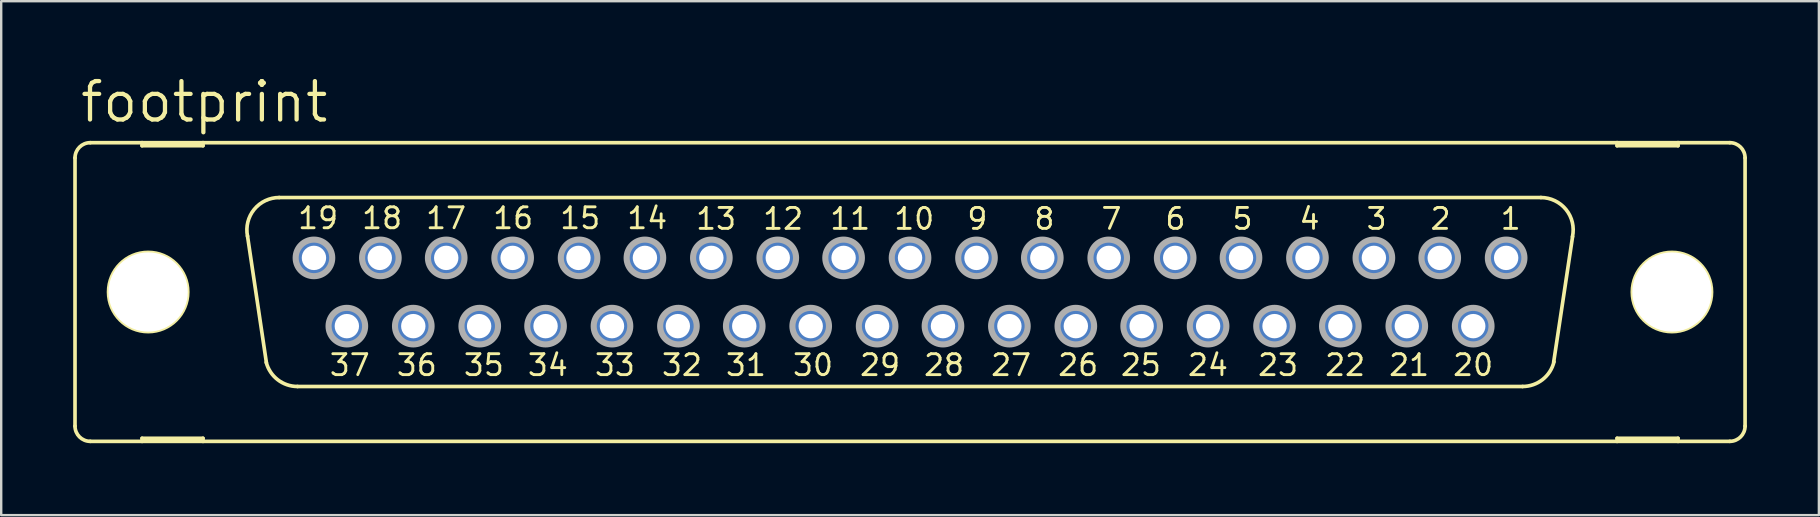
<source format=kicad_pcb>
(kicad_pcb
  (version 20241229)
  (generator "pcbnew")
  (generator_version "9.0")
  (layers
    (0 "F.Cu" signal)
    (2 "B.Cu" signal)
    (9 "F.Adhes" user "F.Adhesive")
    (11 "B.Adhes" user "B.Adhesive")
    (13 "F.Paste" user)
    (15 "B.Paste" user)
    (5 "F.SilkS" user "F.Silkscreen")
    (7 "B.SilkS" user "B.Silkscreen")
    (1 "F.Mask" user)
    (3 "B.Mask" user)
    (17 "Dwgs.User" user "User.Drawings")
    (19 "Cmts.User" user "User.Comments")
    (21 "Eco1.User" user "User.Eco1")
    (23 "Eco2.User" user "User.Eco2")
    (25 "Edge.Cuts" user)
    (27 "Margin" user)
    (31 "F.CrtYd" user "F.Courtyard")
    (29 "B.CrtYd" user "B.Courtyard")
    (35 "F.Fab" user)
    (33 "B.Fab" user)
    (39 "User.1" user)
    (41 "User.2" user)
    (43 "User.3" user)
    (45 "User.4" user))
  (footprint "footprint"
    (layer "F.Cu")
    (at 34.874 9.119)
    (property "Reference" "footprint" (at -34.671 -6.985 0) (layer "F.SilkS") (effects (font (size 1.6 1.6) (thickness 0.178)) (justify left bottom)))
    (fp_line (start -34.798 -5.588) (end -34.798 5.588) (stroke (width 0.152) (type solid)) (layer "F.SilkS"))
    (fp_line (start -34.163 6.223) (end -32.004 6.223) (stroke (width 0.152) (type solid)) (layer "F.SilkS"))
    (fp_line (start -32.004 -6.223) (end -34.163 -6.223) (stroke (width 0.152) (type solid)) (layer "F.SilkS"))
    (fp_line (start -32.004 -6.223) (end -32.004 -6.096) (stroke (width 0.152) (type solid)) (layer "F.SilkS"))
    (fp_line (start -32.004 -6.096) (end -29.464 -6.096) (stroke (width 0.152) (type solid)) (layer "F.SilkS"))
    (fp_line (start -32.004 6.096) (end -29.464 6.096) (stroke (width 0.152) (type solid)) (layer "F.SilkS"))
    (fp_line (start -32.004 6.223) (end -32.004 6.096) (stroke (width 0.152) (type solid)) (layer "F.SilkS"))
    (fp_line (start -32.004 6.223) (end -29.464 6.223) (stroke (width 0.152) (type solid)) (layer "F.SilkS"))
    (fp_line (start -29.464 -6.223) (end -32.004 -6.223) (stroke (width 0.152) (type solid)) (layer "F.SilkS"))
    (fp_line (start -29.464 -6.096) (end -29.464 -6.223) (stroke (width 0.152) (type solid)) (layer "F.SilkS"))
    (fp_line (start -29.464 6.096) (end -29.464 6.223) (stroke (width 0.152) (type solid)) (layer "F.SilkS"))
    (fp_line (start -29.464 6.223) (end 29.464 6.223) (stroke (width 0.152) (type solid)) (layer "F.SilkS"))
    (fp_line (start -26.822 2.946) (end -27.61 -2.337) (stroke (width 0.152) (type solid)) (layer "F.SilkS"))
    (fp_line (start -26.289 -3.937) (end 26.289 -3.937) (stroke (width 0.152) (type solid)) (layer "F.SilkS"))
    (fp_line (start -25.527 3.937) (end 25.527 3.937) (stroke (width 0.152) (type solid)) (layer "F.SilkS"))
    (fp_line (start 27.61 -2.311) (end 26.822 2.921) (stroke (width 0.152) (type solid)) (layer "F.SilkS"))
    (fp_line (start 29.464 -6.223) (end -29.464 -6.223) (stroke (width 0.152) (type solid)) (layer "F.SilkS"))
    (fp_line (start 29.464 -6.223) (end 29.464 -6.096) (stroke (width 0.152) (type solid)) (layer "F.SilkS"))
    (fp_line (start 29.464 -6.096) (end 32.004 -6.096) (stroke (width 0.152) (type solid)) (layer "F.SilkS"))
    (fp_line (start 29.464 6.096) (end 32.004 6.096) (stroke (width 0.152) (type solid)) (layer "F.SilkS"))
    (fp_line (start 29.464 6.223) (end 29.464 6.096) (stroke (width 0.152) (type solid)) (layer "F.SilkS"))
    (fp_line (start 29.464 6.223) (end 32.004 6.223) (stroke (width 0.152) (type solid)) (layer "F.SilkS"))
    (fp_line (start 32.004 -6.223) (end 29.464 -6.223) (stroke (width 0.152) (type solid)) (layer "F.SilkS"))
    (fp_line (start 32.004 -6.096) (end 32.004 -6.223) (stroke (width 0.152) (type solid)) (layer "F.SilkS"))
    (fp_line (start 32.004 6.096) (end 32.004 6.223) (stroke (width 0.152) (type solid)) (layer "F.SilkS"))
    (fp_line (start 32.004 6.223) (end 34.163 6.223) (stroke (width 0.152) (type solid)) (layer "F.SilkS"))
    (fp_line (start 34.163 -6.223) (end 32.004 -6.223) (stroke (width 0.152) (type solid)) (layer "F.SilkS"))
    (fp_line (start 34.798 -5.588) (end 34.798 5.588) (stroke (width 0.152) (type solid)) (layer "F.SilkS"))
    (fp_arc (start -34.798 -5.588) (mid -34.612013 -6.037013) (end -34.163 -6.223) (stroke (width 0.1524) (type solid)) (layer "F.SilkS"))
    (fp_arc (start -34.163 6.223) (mid -34.612013 6.037013) (end -34.798 5.588) (stroke (width 0.1524) (type solid)) (layer "F.SilkS"))
    (fp_arc (start -27.6091 -2.3268) (mid -27.330082 -3.444284) (end -26.289 -3.937) (stroke (width 0.1524) (type solid)) (layer "F.SilkS"))
    (fp_arc (start -25.527 3.937) (mid -26.3505 3.655745) (end -26.8299 2.9295) (stroke (width 0.1524) (type solid)) (layer "F.SilkS"))
    (fp_arc (start 26.289 -3.937) (mid 27.337557 -3.435183) (end 27.604499 -2.303798) (stroke (width 0.1524) (type solid)) (layer "F.SilkS"))
    (fp_arc (start 26.835701 2.904999) (mid 26.360257 3.647874) (end 25.527 3.937) (stroke (width 0.1524) (type solid)) (layer "F.SilkS"))
    (fp_arc (start 34.163 -6.223) (mid 34.612013 -6.037013) (end 34.798 -5.588) (stroke (width 0.1524) (type solid)) (layer "F.SilkS"))
    (fp_arc (start 34.798 5.588) (mid 34.612013 6.037013) (end 34.163 6.223) (stroke (width 0.1524) (type solid)) (layer "F.SilkS"))
    (fp_circle (center -31.75 0) (end -30.099 0) (stroke (width 0.152) (type solid)) (fill no) (layer "F.SilkS"))
    (fp_circle (center 31.75 0) (end 33.401 0) (stroke (width 0.152) (type solid)) (fill no) (layer "F.SilkS"))
    (fp_circle (center -24.841 -1.422) (end -24.079 -1.422) (stroke (width 0.254) (type solid)) (fill no) (layer "F.Fab"))
    (fp_circle (center -23.47 1.422) (end -22.708 1.422) (stroke (width 0.254) (type solid)) (fill no) (layer "F.Fab"))
    (fp_circle (center -22.073 -1.422) (end -21.311 -1.422) (stroke (width 0.254) (type solid)) (fill no) (layer "F.Fab"))
    (fp_circle (center -20.701 1.422) (end -19.939 1.422) (stroke (width 0.254) (type solid)) (fill no) (layer "F.Fab"))
    (fp_circle (center -19.329 -1.422) (end -18.567 -1.422) (stroke (width 0.254) (type solid)) (fill no) (layer "F.Fab"))
    (fp_circle (center -17.932 1.422) (end -17.17 1.422) (stroke (width 0.254) (type solid)) (fill no) (layer "F.Fab"))
    (fp_circle (center -16.561 -1.422) (end -15.799 -1.422) (stroke (width 0.254) (type solid)) (fill no) (layer "F.Fab"))
    (fp_circle (center -15.189 1.422) (end -14.427 1.422) (stroke (width 0.254) (type solid)) (fill no) (layer "F.Fab"))
    (fp_circle (center -13.792 -1.422) (end -13.03 -1.422) (stroke (width 0.254) (type solid)) (fill no) (layer "F.Fab"))
    (fp_circle (center -12.421 1.422) (end -11.659 1.422) (stroke (width 0.254) (type solid)) (fill no) (layer "F.Fab"))
    (fp_circle (center -11.049 -1.422) (end -10.287 -1.422) (stroke (width 0.254) (type solid)) (fill no) (layer "F.Fab"))
    (fp_circle (center -9.652 1.422) (end -8.89 1.422) (stroke (width 0.254) (type solid)) (fill no) (layer "F.Fab"))
    (fp_circle (center -8.28 -1.422) (end -7.518 -1.422) (stroke (width 0.254) (type solid)) (fill no) (layer "F.Fab"))
    (fp_circle (center -6.909 1.422) (end -6.147 1.422) (stroke (width 0.254) (type solid)) (fill no) (layer "F.Fab"))
    (fp_circle (center -5.512 -1.422) (end -4.75 -1.422) (stroke (width 0.254) (type solid)) (fill no) (layer "F.Fab"))
    (fp_circle (center -4.14 1.422) (end -3.378 1.422) (stroke (width 0.254) (type solid)) (fill no) (layer "F.Fab"))
    (fp_circle (center -2.769 -1.422) (end -2.007 -1.422) (stroke (width 0.254) (type solid)) (fill no) (layer "F.Fab"))
    (fp_circle (center -1.372 1.422) (end -0.61 1.422) (stroke (width 0.254) (type solid)) (fill no) (layer "F.Fab"))
    (fp_circle (center 0 -1.422) (end 0.762 -1.422) (stroke (width 0.254) (type solid)) (fill no) (layer "F.Fab"))
    (fp_circle (center 1.372 1.422) (end 2.134 1.422) (stroke (width 0.254) (type solid)) (fill no) (layer "F.Fab"))
    (fp_circle (center 2.769 -1.422) (end 3.531 -1.422) (stroke (width 0.254) (type solid)) (fill no) (layer "F.Fab"))
    (fp_circle (center 4.14 1.422) (end 4.902 1.422) (stroke (width 0.254) (type solid)) (fill no) (layer "F.Fab"))
    (fp_circle (center 5.512 -1.422) (end 6.274 -1.422) (stroke (width 0.254) (type solid)) (fill no) (layer "F.Fab"))
    (fp_circle (center 6.909 1.422) (end 7.671 1.422) (stroke (width 0.254) (type solid)) (fill no) (layer "F.Fab"))
    (fp_circle (center 8.28 -1.422) (end 9.042 -1.422) (stroke (width 0.254) (type solid)) (fill no) (layer "F.Fab"))
    (fp_circle (center 9.652 1.422) (end 10.414 1.422) (stroke (width 0.254) (type solid)) (fill no) (layer "F.Fab"))
    (fp_circle (center 11.049 -1.422) (end 11.811 -1.422) (stroke (width 0.254) (type solid)) (fill no) (layer "F.Fab"))
    (fp_circle (center 12.421 1.422) (end 13.183 1.422) (stroke (width 0.254) (type solid)) (fill no) (layer "F.Fab"))
    (fp_circle (center 13.792 -1.422) (end 14.554 -1.422) (stroke (width 0.254) (type solid)) (fill no) (layer "F.Fab"))
    (fp_circle (center 15.189 1.422) (end 15.951 1.422) (stroke (width 0.254) (type solid)) (fill no) (layer "F.Fab"))
    (fp_circle (center 16.561 -1.422) (end 17.323 -1.422) (stroke (width 0.254) (type solid)) (fill no) (layer "F.Fab"))
    (fp_circle (center 17.932 1.422) (end 18.694 1.422) (stroke (width 0.254) (type solid)) (fill no) (layer "F.Fab"))
    (fp_circle (center 19.329 -1.422) (end 20.091 -1.422) (stroke (width 0.254) (type solid)) (fill no) (layer "F.Fab"))
    (fp_circle (center 20.701 1.422) (end 21.463 1.422) (stroke (width 0.254) (type solid)) (fill no) (layer "F.Fab"))
    (fp_circle (center 22.073 -1.422) (end 22.835 -1.422) (stroke (width 0.254) (type solid)) (fill no) (layer "F.Fab"))
    (fp_circle (center 23.47 1.422) (end 24.232 1.422) (stroke (width 0.254) (type solid)) (fill no) (layer "F.Fab"))
    (fp_circle (center 24.841 -1.422) (end 25.603 -1.422) (stroke (width 0.254) (type solid)) (fill no) (layer "F.Fab"))
    (fp_text user "36" (at -21.463 3.556 0) (layer "F.SilkS") (effects (font (size 0.872 0.872) (thickness 0.119)) (justify left bottom)))
    (fp_text user "12" (at -6.198 -2.54 0) (layer "F.SilkS") (effects (font (size 0.872 0.872) (thickness 0.119)) (justify left bottom)))
    (fp_text user "29" (at -2.159 3.556 0) (layer "F.SilkS") (effects (font (size 0.872 0.872) (thickness 0.119)) (justify left bottom)))
    (fp_text user "20" (at 22.555 3.556 0) (layer "F.SilkS") (effects (font (size 0.872 0.872) (thickness 0.119)) (justify left bottom)))
    (fp_text user "32" (at -10.414 3.556 0) (layer "F.SilkS") (effects (font (size 0.872 0.872) (thickness 0.119)) (justify left bottom)))
    (fp_text user "24" (at 11.506 3.556 0) (layer "F.SilkS") (effects (font (size 0.872 0.872) (thickness 0.119)) (justify left bottom)))
    (fp_text user "15" (at -14.656 -2.565 0) (layer "F.SilkS") (effects (font (size 0.872 0.872) (thickness 0.119)) (justify left bottom)))
    (fp_text user "2" (at 21.615 -2.54 0) (layer "F.SilkS") (effects (font (size 0.872 0.872) (thickness 0.119)) (justify left bottom)))
    (fp_text user "30" (at -4.953 3.556 0) (layer "F.SilkS") (effects (font (size 0.872 0.872) (thickness 0.119)) (justify left bottom)))
    (fp_text user "17" (at -20.244 -2.565 0) (layer "F.SilkS") (effects (font (size 0.872 0.872) (thickness 0.119)) (justify left bottom)))
    (fp_text user "22" (at 17.221 3.556 0) (layer "F.SilkS") (effects (font (size 0.872 0.872) (thickness 0.119)) (justify left bottom)))
    (fp_text user "11" (at -3.404 -2.54 0) (layer "F.SilkS") (effects (font (size 0.872 0.872) (thickness 0.119)) (justify left bottom)))
    (fp_text user "10" (at -0.737 -2.54 0) (layer "F.SilkS") (effects (font (size 0.872 0.872) (thickness 0.119)) (justify left bottom)))
    (fp_text user "21" (at 19.888 3.556 0) (layer "F.SilkS") (effects (font (size 0.872 0.872) (thickness 0.119)) (justify left bottom)))
    (fp_text user "9" (at 2.311 -2.54 0) (layer "F.SilkS") (effects (font (size 0.872 0.872) (thickness 0.119)) (justify left bottom)))
    (fp_text user "18" (at -22.911 -2.565 0) (layer "F.SilkS") (effects (font (size 0.872 0.872) (thickness 0.119)) (justify left bottom)))
    (fp_text user "34" (at -16.002 3.556 0) (layer "F.SilkS") (effects (font (size 0.872 0.872) (thickness 0.119)) (justify left bottom)))
    (fp_text user "19" (at -25.578 -2.565 0) (layer "F.SilkS") (effects (font (size 0.872 0.872) (thickness 0.119)) (justify left bottom)))
    (fp_text user "28" (at 0.508 3.556 0) (layer "F.SilkS") (effects (font (size 0.872 0.872) (thickness 0.119)) (justify left bottom)))
    (fp_text user "27" (at 3.302 3.556 0) (layer "F.SilkS") (effects (font (size 0.872 0.872) (thickness 0.119)) (justify left bottom)))
    (fp_text user "33" (at -13.208 3.556 0) (layer "F.SilkS") (effects (font (size 0.872 0.872) (thickness 0.119)) (justify left bottom)))
    (fp_text user "14" (at -11.862 -2.565 0) (layer "F.SilkS") (effects (font (size 0.872 0.872) (thickness 0.119)) (justify left bottom)))
    (fp_text user "8" (at 5.105 -2.54 0) (layer "F.SilkS") (effects (font (size 0.872 0.872) (thickness 0.119)) (justify left bottom)))
    (fp_text user "3" (at 18.948 -2.54 0) (layer "F.SilkS") (effects (font (size 0.872 0.872) (thickness 0.119)) (justify left bottom)))
    (fp_text user "4" (at 16.154 -2.54 0) (layer "F.SilkS") (effects (font (size 0.872 0.872) (thickness 0.119)) (justify left bottom)))
    (fp_text user "31" (at -7.747 3.556 0) (layer "F.SilkS") (effects (font (size 0.872 0.872) (thickness 0.119)) (justify left bottom)))
    (fp_text user "13" (at -8.992 -2.54 0) (layer "F.SilkS") (effects (font (size 0.872 0.872) (thickness 0.119)) (justify left bottom)))
    (fp_text user "16" (at -17.45 -2.565 0) (layer "F.SilkS") (effects (font (size 0.872 0.872) (thickness 0.119)) (justify left bottom)))
    (fp_text user "26" (at 6.096 3.556 0) (layer "F.SilkS") (effects (font (size 0.872 0.872) (thickness 0.119)) (justify left bottom)))
    (fp_text user "6" (at 10.566 -2.54 0) (layer "F.SilkS") (effects (font (size 0.872 0.872) (thickness 0.119)) (justify left bottom)))
    (fp_text user "5" (at 13.36 -2.54 0) (layer "F.SilkS") (effects (font (size 0.872 0.872) (thickness 0.119)) (justify left bottom)))
    (fp_text user "25" (at 8.712 3.556 0) (layer "F.SilkS") (effects (font (size 0.872 0.872) (thickness 0.119)) (justify left bottom)))
    (fp_text user "23" (at 14.427 3.556 0) (layer "F.SilkS") (effects (font (size 0.872 0.872) (thickness 0.119)) (justify left bottom)))
    (fp_text user "37" (at -24.257 3.556 0) (layer "F.SilkS") (effects (font (size 0.872 0.872) (thickness 0.119)) (justify left bottom)))
    (fp_text user "1" (at 24.536 -2.54 0) (layer "F.SilkS") (effects (font (size 0.872 0.872) (thickness 0.119)) (justify left bottom)))
    (fp_text user "35" (at -18.669 3.556 0) (layer "F.SilkS") (effects (font (size 0.872 0.872) (thickness 0.119)) (justify left bottom)))
    (fp_text user "7" (at 7.899 -2.54 0) (layer "F.SilkS") (effects (font (size 0.872 0.872) (thickness 0.119)) (justify left bottom)))
    (pad "" np_thru_hole circle (at -31.75 0) (size 3.302 3.302) (drill 3.302) (layers "*.Cu" "*.Mask"))
    (pad "" np_thru_hole circle (at 31.75 0) (size 3.302 3.302) (drill 3.302) (layers "*.Cu" "*.Mask"))
    (pad "1" thru_hole roundrect (at 24.841 -1.422) (size 1.524 1.524) (drill 1.016) (layers "*.Cu" "*.Mask") (roundrect_rratio 0.25) (chamfer_ratio 0.25) (chamfer top_left top_right bottom_left bottom_right))
    (pad "2" thru_hole roundrect (at 22.073 -1.422) (size 1.524 1.524) (drill 1.016) (layers "*.Cu" "*.Mask") (roundrect_rratio 0.25) (chamfer_ratio 0.25) (chamfer top_left top_right bottom_left bottom_right))
    (pad "3" thru_hole roundrect (at 19.329 -1.422) (size 1.524 1.524) (drill 1.016) (layers "*.Cu" "*.Mask") (roundrect_rratio 0.25) (chamfer_ratio 0.25) (chamfer top_left top_right bottom_left bottom_right))
    (pad "4" thru_hole roundrect (at 16.561 -1.422) (size 1.524 1.524) (drill 1.016) (layers "*.Cu" "*.Mask") (roundrect_rratio 0.25) (chamfer_ratio 0.25) (chamfer top_left top_right bottom_left bottom_right))
    (pad "5" thru_hole roundrect (at 13.792 -1.422) (size 1.524 1.524) (drill 1.016) (layers "*.Cu" "*.Mask") (roundrect_rratio 0.25) (chamfer_ratio 0.25) (chamfer top_left top_right bottom_left bottom_right))
    (pad "6" thru_hole roundrect (at 11.049 -1.422) (size 1.524 1.524) (drill 1.016) (layers "*.Cu" "*.Mask") (roundrect_rratio 0.25) (chamfer_ratio 0.25) (chamfer top_left top_right bottom_left bottom_right))
    (pad "7" thru_hole roundrect (at 8.28 -1.422) (size 1.524 1.524) (drill 1.016) (layers "*.Cu" "*.Mask") (roundrect_rratio 0.25) (chamfer_ratio 0.25) (chamfer top_left top_right bottom_left bottom_right))
    (pad "8" thru_hole roundrect (at 5.512 -1.422) (size 1.524 1.524) (drill 1.016) (layers "*.Cu" "*.Mask") (roundrect_rratio 0.25) (chamfer_ratio 0.25) (chamfer top_left top_right bottom_left bottom_right))
    (pad "9" thru_hole roundrect (at 2.769 -1.422) (size 1.524 1.524) (drill 1.016) (layers "*.Cu" "*.Mask") (roundrect_rratio 0.25) (chamfer_ratio 0.25) (chamfer top_left top_right bottom_left bottom_right))
    (pad "10" thru_hole roundrect (at 0 -1.422) (size 1.524 1.524) (drill 1.016) (layers "*.Cu" "*.Mask") (roundrect_rratio 0.25) (chamfer_ratio 0.25) (chamfer top_left top_right bottom_left bottom_right))
    (pad "11" thru_hole roundrect (at -2.769 -1.422) (size 1.524 1.524) (drill 1.016) (layers "*.Cu" "*.Mask") (roundrect_rratio 0.25) (chamfer_ratio 0.25) (chamfer top_left top_right bottom_left bottom_right))
    (pad "12" thru_hole roundrect (at -5.512 -1.422) (size 1.524 1.524) (drill 1.016) (layers "*.Cu" "*.Mask") (roundrect_rratio 0.25) (chamfer_ratio 0.25) (chamfer top_left top_right bottom_left bottom_right))
    (pad "13" thru_hole roundrect (at -8.28 -1.422) (size 1.524 1.524) (drill 1.016) (layers "*.Cu" "*.Mask") (roundrect_rratio 0.25) (chamfer_ratio 0.25) (chamfer top_left top_right bottom_left bottom_right))
    (pad "14" thru_hole roundrect (at -11.049 -1.422) (size 1.524 1.524) (drill 1.016) (layers "*.Cu" "*.Mask") (roundrect_rratio 0.25) (chamfer_ratio 0.25) (chamfer top_left top_right bottom_left bottom_right))
    (pad "15" thru_hole roundrect (at -13.818 -1.422) (size 1.524 1.524) (drill 1.016) (layers "*.Cu" "*.Mask") (roundrect_rratio 0.25) (chamfer_ratio 0.25) (chamfer top_left top_right bottom_left bottom_right))
    (pad "16" thru_hole roundrect (at -16.561 -1.422) (size 1.524 1.524) (drill 1.016) (layers "*.Cu" "*.Mask") (roundrect_rratio 0.25) (chamfer_ratio 0.25) (chamfer top_left top_right bottom_left bottom_right))
    (pad "17" thru_hole roundrect (at -19.329 -1.422) (size 1.524 1.524) (drill 1.016) (layers "*.Cu" "*.Mask") (roundrect_rratio 0.25) (chamfer_ratio 0.25) (chamfer top_left top_right bottom_left bottom_right))
    (pad "18" thru_hole roundrect (at -22.098 -1.422) (size 1.524 1.524) (drill 1.016) (layers "*.Cu" "*.Mask") (roundrect_rratio 0.25) (chamfer_ratio 0.25) (chamfer top_left top_right bottom_left bottom_right))
    (pad "19" thru_hole roundrect (at -24.841 -1.422) (size 1.524 1.524) (drill 1.016) (layers "*.Cu" "*.Mask") (roundrect_rratio 0.25) (chamfer_ratio 0.25) (chamfer top_left top_right bottom_left bottom_right))
    (pad "20" thru_hole roundrect (at 23.47 1.422) (size 1.524 1.524) (drill 1.016) (layers "*.Cu" "*.Mask") (roundrect_rratio 0.25) (chamfer_ratio 0.25) (chamfer top_left top_right bottom_left bottom_right))
    (pad "21" thru_hole roundrect (at 20.701 1.422) (size 1.524 1.524) (drill 1.016) (layers "*.Cu" "*.Mask") (roundrect_rratio 0.25) (chamfer_ratio 0.25) (chamfer top_left top_right bottom_left bottom_right))
    (pad "22" thru_hole roundrect (at 17.932 1.422) (size 1.524 1.524) (drill 1.016) (layers "*.Cu" "*.Mask") (roundrect_rratio 0.25) (chamfer_ratio 0.25) (chamfer top_left top_right bottom_left bottom_right))
    (pad "23" thru_hole roundrect (at 15.189 1.422) (size 1.524 1.524) (drill 1.016) (layers "*.Cu" "*.Mask") (roundrect_rratio 0.25) (chamfer_ratio 0.25) (chamfer top_left top_right bottom_left bottom_right))
    (pad "24" thru_hole roundrect (at 12.421 1.422) (size 1.524 1.524) (drill 1.016) (layers "*.Cu" "*.Mask") (roundrect_rratio 0.25) (chamfer_ratio 0.25) (chamfer top_left top_right bottom_left bottom_right))
    (pad "25" thru_hole roundrect (at 9.652 1.422) (size 1.524 1.524) (drill 1.016) (layers "*.Cu" "*.Mask") (roundrect_rratio 0.25) (chamfer_ratio 0.25) (chamfer top_left top_right bottom_left bottom_right))
    (pad "26" thru_hole roundrect (at 6.909 1.422) (size 1.524 1.524) (drill 1.016) (layers "*.Cu" "*.Mask") (roundrect_rratio 0.25) (chamfer_ratio 0.25) (chamfer top_left top_right bottom_left bottom_right))
    (pad "27" thru_hole roundrect (at 4.14 1.422) (size 1.524 1.524) (drill 1.016) (layers "*.Cu" "*.Mask") (roundrect_rratio 0.25) (chamfer_ratio 0.25) (chamfer top_left top_right bottom_left bottom_right))
    (pad "28" thru_hole roundrect (at 1.372 1.422) (size 1.524 1.524) (drill 1.016) (layers "*.Cu" "*.Mask") (roundrect_rratio 0.25) (chamfer_ratio 0.25) (chamfer top_left top_right bottom_left bottom_right))
    (pad "29" thru_hole roundrect (at -1.372 1.422) (size 1.524 1.524) (drill 1.016) (layers "*.Cu" "*.Mask") (roundrect_rratio 0.25) (chamfer_ratio 0.25) (chamfer top_left top_right bottom_left bottom_right))
    (pad "30" thru_hole roundrect (at -4.14 1.422) (size 1.524 1.524) (drill 1.016) (layers "*.Cu" "*.Mask") (roundrect_rratio 0.25) (chamfer_ratio 0.25) (chamfer top_left top_right bottom_left bottom_right))
    (pad "31" thru_hole roundrect (at -6.909 1.422) (size 1.524 1.524) (drill 1.016) (layers "*.Cu" "*.Mask") (roundrect_rratio 0.25) (chamfer_ratio 0.25) (chamfer top_left top_right bottom_left bottom_right))
    (pad "32" thru_hole roundrect (at -9.677 1.422) (size 1.524 1.524) (drill 1.016) (layers "*.Cu" "*.Mask") (roundrect_rratio 0.25) (chamfer_ratio 0.25) (chamfer top_left top_right bottom_left bottom_right))
    (pad "33" thru_hole roundrect (at -12.421 1.422) (size 1.524 1.524) (drill 1.016) (layers "*.Cu" "*.Mask") (roundrect_rratio 0.25) (chamfer_ratio 0.25) (chamfer top_left top_right bottom_left bottom_right))
    (pad "34" thru_hole roundrect (at -15.189 1.422) (size 1.524 1.524) (drill 1.016) (layers "*.Cu" "*.Mask") (roundrect_rratio 0.25) (chamfer_ratio 0.25) (chamfer top_left top_right bottom_left bottom_right))
    (pad "35" thru_hole roundrect (at -17.958 1.422) (size 1.524 1.524) (drill 1.016) (layers "*.Cu" "*.Mask") (roundrect_rratio 0.25) (chamfer_ratio 0.25) (chamfer top_left top_right bottom_left bottom_right))
    (pad "36" thru_hole roundrect (at -20.701 1.422) (size 1.524 1.524) (drill 1.016) (layers "*.Cu" "*.Mask") (roundrect_rratio 0.25) (chamfer_ratio 0.25) (chamfer top_left top_right bottom_left bottom_right))
    (pad "37" thru_hole roundrect (at -23.47 1.422) (size 1.524 1.524) (drill 1.016) (layers "*.Cu" "*.Mask") (roundrect_rratio 0.25) (chamfer_ratio 0.25) (chamfer top_left top_right bottom_left bottom_right))
    (zone (net_name "") (layers "F.Cu" "B.Cu") (hatch edge 0.508) (connect_pads) (min_thickness 0.254) (filled_areas_thickness no) (keepout (tracks allowed) (vias not_allowed) (pads allowed) (copperpour allowed) (footprints allowed)) (placement (enabled no)) (fill) (polygon (pts (xy 5.791 9.119) (xy 5.751 8.655) (xy 5.63 8.206) (xy 5.434 7.785) (xy 5.167 7.404) (xy 4.839 7.076) (xy 4.458 6.809) (xy 4.036 6.612) (xy 3.587 6.492) (xy 3.124 6.452) (xy 2.661 6.492) (xy 2.212 6.612) (xy 1.791 6.809) (xy 1.41 7.076) (xy 1.081 7.404) (xy 0.815 7.785) (xy 0.618 8.206) (xy 0.498 8.655) (xy 0.457 9.119) (xy 0.498 9.582) (xy 0.618 10.031) (xy 0.815 10.452) (xy 1.081 10.833) (xy 1.41 11.162) (xy 1.791 11.428) (xy 2.212 11.625) (xy 2.661 11.745) (xy 3.124 11.786) (xy 3.587 11.745) (xy 4.036 11.625) (xy 4.458 11.428) (xy 4.839 11.162) (xy 5.167 10.833) (xy 5.434 10.452) (xy 5.63 10.031) (xy 5.751 9.582))))
    (zone (net_name "") (layers "F.Cu" "B.Cu") (hatch edge 0.508) (connect_pads) (min_thickness 0.254) (filled_areas_thickness no) (keepout (tracks allowed) (vias not_allowed) (pads allowed) (copperpour allowed) (footprints allowed)) (placement (enabled no)) (fill) (polygon (pts (xy 69.291 9.119) (xy 69.251 8.655) (xy 69.13 8.206) (xy 68.934 7.785) (xy 68.667 7.404) (xy 68.339 7.076) (xy 67.958 6.809) (xy 67.536 6.612) (xy 67.087 6.492) (xy 66.624 6.452) (xy 66.161 6.492) (xy 65.712 6.612) (xy 65.291 6.809) (xy 64.91 7.076) (xy 64.581 7.404) (xy 64.315 7.785) (xy 64.118 8.206) (xy 63.998 8.655) (xy 63.957 9.119) (xy 63.998 9.582) (xy 64.118 10.031) (xy 64.315 10.452) (xy 64.581 10.833) (xy 64.91 11.162) (xy 65.291 11.428) (xy 65.712 11.625) (xy 66.161 11.745) (xy 66.624 11.786) (xy 67.087 11.745) (xy 67.536 11.625) (xy 67.958 11.428) (xy 68.339 11.162) (xy 68.667 10.833) (xy 68.934 10.452) (xy 69.13 10.031) (xy 69.251 9.582))))
    (zone (net_name "") (layer "B.Cu") (hatch edge 0.508) (connect_pads) (min_thickness 0.254) (filled_areas_thickness no) (keepout (tracks not_allowed) (vias not_allowed) (pads not_allowed) (copperpour not_allowed) (footprints allowed)) (placement (enabled no)) (fill) (polygon (pts (xy 5.791 9.119) (xy 5.751 8.655) (xy 5.63 8.206) (xy 5.434 7.785) (xy 5.167 7.404) (xy 4.839 7.076) (xy 4.458 6.809) (xy 4.036 6.612) (xy 3.587 6.492) (xy 3.124 6.452) (xy 2.661 6.492) (xy 2.212 6.612) (xy 1.791 6.809) (xy 1.41 7.076) (xy 1.081 7.404) (xy 0.815 7.785) (xy 0.618 8.206) (xy 0.498 8.655) (xy 0.457 9.119) (xy 0.498 9.582) (xy 0.618 10.031) (xy 0.815 10.452) (xy 1.081 10.833) (xy 1.41 11.162) (xy 1.791 11.428) (xy 2.212 11.625) (xy 2.661 11.745) (xy 3.124 11.786) (xy 3.587 11.745) (xy 4.036 11.625) (xy 4.458 11.428) (xy 4.839 11.162) (xy 5.167 10.833) (xy 5.434 10.452) (xy 5.63 10.031) (xy 5.751 9.582))))
    (zone (net_name "") (layer "B.Cu") (hatch edge 0.508) (connect_pads) (min_thickness 0.254) (filled_areas_thickness no) (keepout (tracks not_allowed) (vias not_allowed) (pads not_allowed) (copperpour not_allowed) (footprints allowed)) (placement (enabled no)) (fill) (polygon (pts (xy 69.291 9.119) (xy 69.251 8.655) (xy 69.13 8.206) (xy 68.934 7.785) (xy 68.667 7.404) (xy 68.339 7.076) (xy 67.958 6.809) (xy 67.536 6.612) (xy 67.087 6.492) (xy 66.624 6.452) (xy 66.161 6.492) (xy 65.712 6.612) (xy 65.291 6.809) (xy 64.91 7.076) (xy 64.581 7.404) (xy 64.315 7.785) (xy 64.118 8.206) (xy 63.998 8.655) (xy 63.957 9.119) (xy 63.998 9.582) (xy 64.118 10.031) (xy 64.315 10.452) (xy 64.581 10.833) (xy 64.91 11.162) (xy 65.291 11.428) (xy 65.712 11.625) (xy 66.161 11.745) (xy 66.624 11.786) (xy 67.087 11.745) (xy 67.536 11.625) (xy 67.958 11.428) (xy 68.339 11.162) (xy 68.667 10.833) (xy 68.934 10.452) (xy 69.13 10.031) (xy 69.251 9.582)))))
  (gr_rect
    (start -3 -3)
    (end 72.748 18.418)
    (stroke (width 0.1) (type default))
    (fill no)
    (layer "Edge.Cuts")))
</source>
